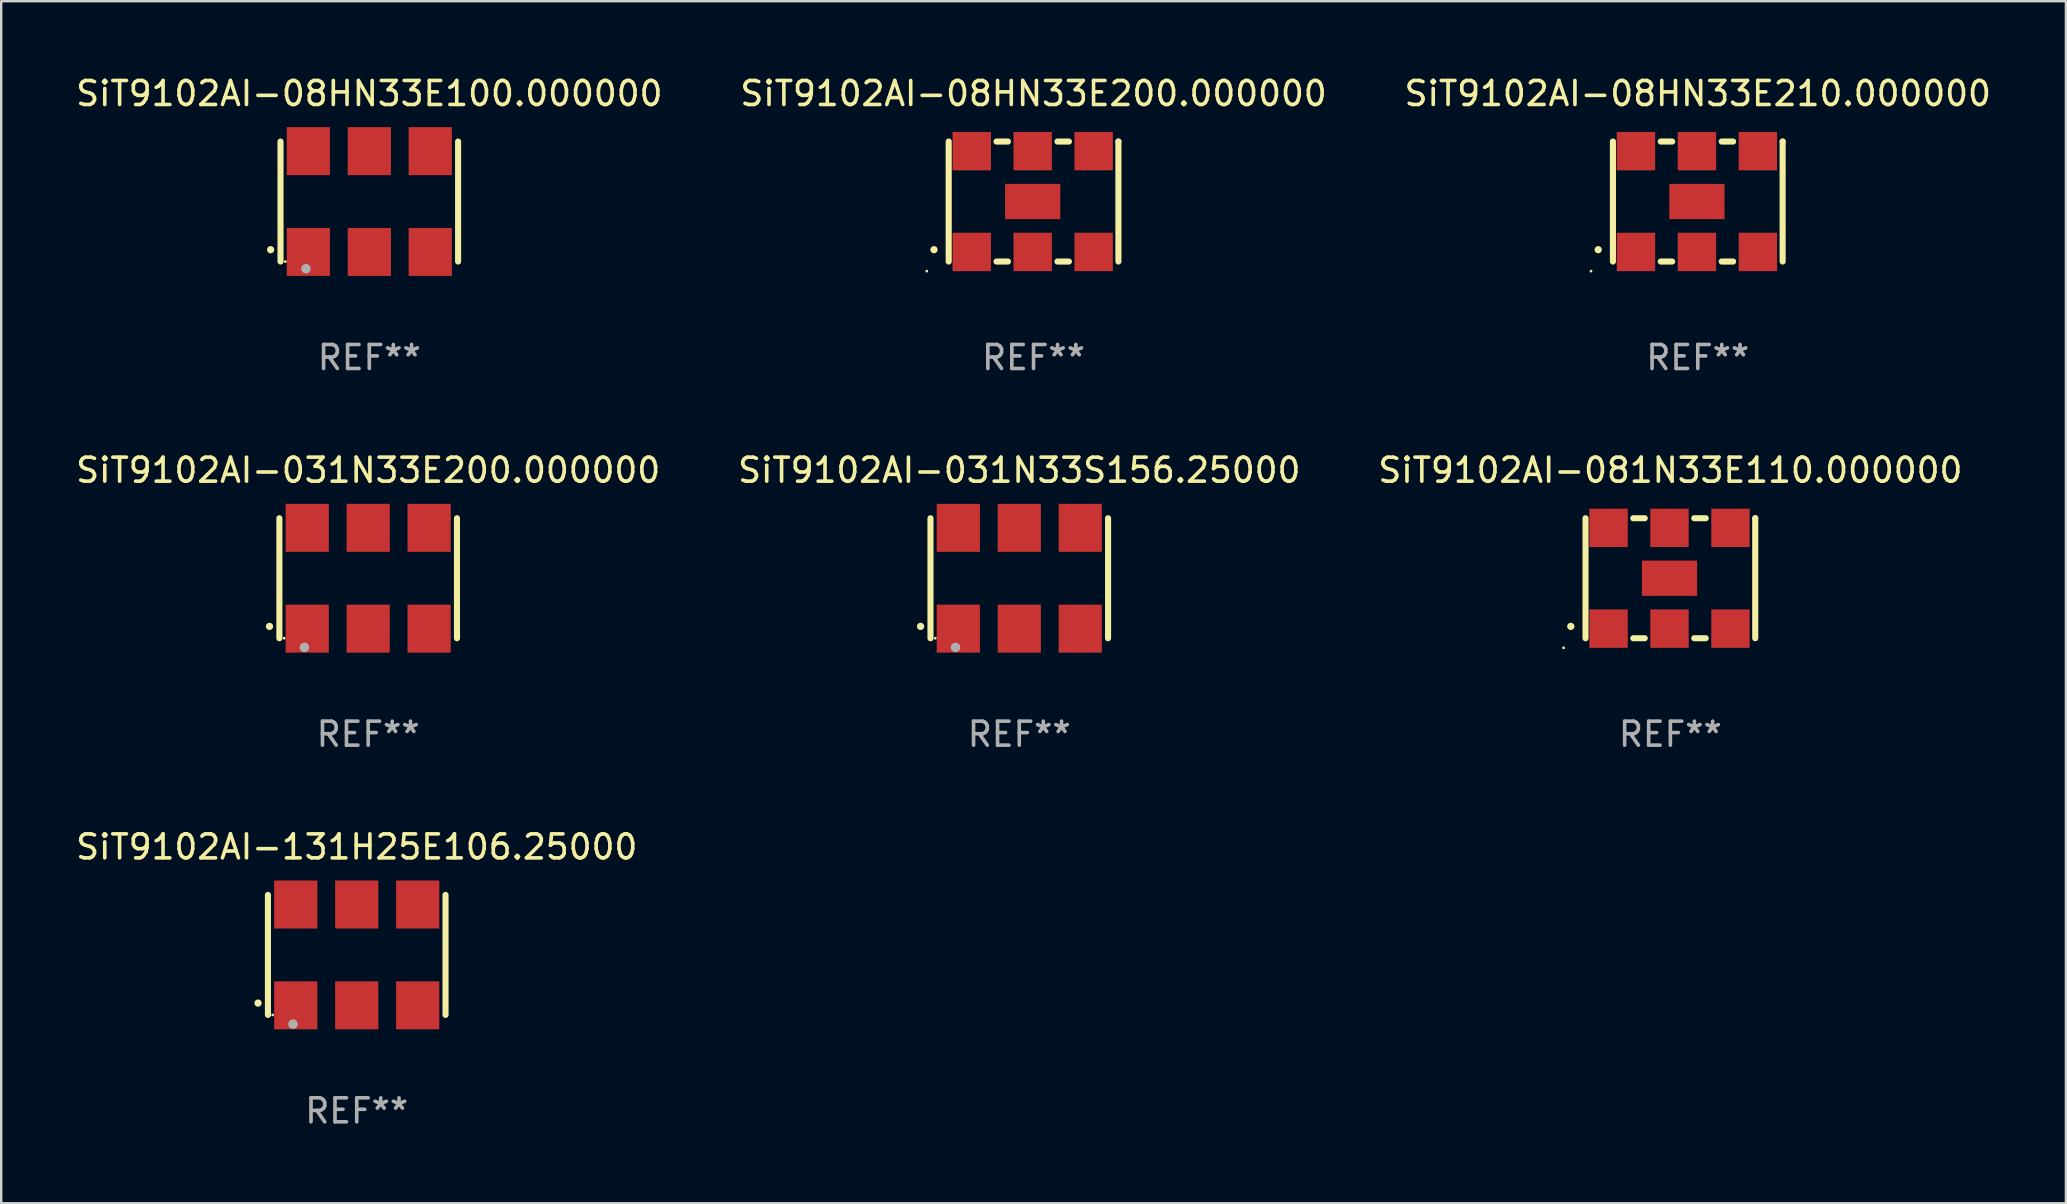
<source format=kicad_pcb>
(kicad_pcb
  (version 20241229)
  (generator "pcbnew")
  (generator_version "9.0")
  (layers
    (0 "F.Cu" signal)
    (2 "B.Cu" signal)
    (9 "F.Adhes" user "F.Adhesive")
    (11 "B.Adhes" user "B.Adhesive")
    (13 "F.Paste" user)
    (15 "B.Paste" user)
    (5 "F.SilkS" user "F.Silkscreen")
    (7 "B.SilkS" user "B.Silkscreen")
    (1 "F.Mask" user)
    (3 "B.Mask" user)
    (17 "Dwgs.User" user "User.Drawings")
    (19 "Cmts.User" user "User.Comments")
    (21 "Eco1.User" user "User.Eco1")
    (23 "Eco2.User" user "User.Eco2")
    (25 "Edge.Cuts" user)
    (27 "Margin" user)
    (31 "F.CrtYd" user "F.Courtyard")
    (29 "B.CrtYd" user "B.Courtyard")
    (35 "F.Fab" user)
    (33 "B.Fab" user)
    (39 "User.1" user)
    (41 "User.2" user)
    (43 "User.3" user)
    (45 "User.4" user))
  (footprint "SiT9102AI-081N33E110.000000"
    (layer "F.Cu")
    (at 66.554 21.045)
    (property "Reference" "SiT9102AI-081N33E110.000000" (at 0 -4.5 0) (layer "F.SilkS") (effects (font (size 1 1) (thickness 0.15))))
    (attr through_hole)
    (fp_line (start -3.536 -2.5) (end -3.536 2.5) (stroke (width 0.254) (type solid)) (layer "F.SilkS"))
    (fp_line (start -1.544 2.5) (end -1.067 2.5) (stroke (width 0.254) (type solid)) (layer "F.SilkS"))
    (fp_line (start -1.067 -2.5) (end -1.544 -2.5) (stroke (width 0.254) (type solid)) (layer "F.SilkS"))
    (fp_line (start 0.996 2.5) (end 1.473 2.5) (stroke (width 0.254) (type solid)) (layer "F.SilkS"))
    (fp_line (start 1.473 -2.5) (end 0.996 -2.5) (stroke (width 0.254) (type solid)) (layer "F.SilkS"))
    (fp_line (start 3.536 -2.5) (end 3.536 -2.5) (stroke (width 0.254) (type solid)) (layer "F.SilkS"))
    (fp_line (start 3.536 2.5) (end 3.536 -2.5) (stroke (width 0.254) (type solid)) (layer "F.SilkS"))
    (fp_arc (start -4.150432 2.006604) (mid -4.149162 2.006599) (end -4.147892 2.006604) (stroke (width 0.3) (type solid)) (layer "F.SilkS"))
    (fp_circle (center -4.449 2.9) (end -4.419 2.9) (stroke (width 0.06) (type solid)) (fill no) (layer "F.SilkS"))
    (fp_text user "REF**" (at 0 6.5 0) (layer "F.Fab") (effects (font (size 1 1) (thickness 0.15))))
    (pad "1" smd rect (at -2.576 2.1) (size 1.6 1.6) (layers "F.Cu" "F.Mask" "F.Paste"))
    (pad "2" smd rect (at -0.036 2.1) (size 1.6 1.6) (layers "F.Cu" "F.Mask" "F.Paste"))
    (pad "3" smd rect (at 2.504 2.1) (size 1.6 1.6) (layers "F.Cu" "F.Mask" "F.Paste"))
    (pad "4" smd rect (at 2.504 -2.1) (size 1.6 1.6) (layers "F.Cu" "F.Mask" "F.Paste"))
    (pad "5" smd rect (at -0.036 -2.1) (size 1.6 1.6) (layers "F.Cu" "F.Mask" "F.Paste"))
    (pad "6" smd rect (at -2.576 -2.1) (size 1.6 1.6) (layers "F.Cu" "F.Mask" "F.Paste"))
    (pad "7" smd rect (at -0.036 0) (size 2.3 1.47) (layers "F.Cu" "F.Mask" "F.Paste")))
  (footprint "SiT9102AI-08HN33E210.000000"
    (layer "F.Cu")
    (at 67.696 5.348)
    (property "Reference" "SiT9102AI-08HN33E210.000000" (at 0 -4.5 0) (layer "F.SilkS") (effects (font (size 1 1) (thickness 0.15))))
    (attr through_hole)
    (fp_line (start -3.536 -2.5) (end -3.536 2.5) (stroke (width 0.254) (type solid)) (layer "F.SilkS"))
    (fp_line (start -1.544 2.5) (end -1.067 2.5) (stroke (width 0.254) (type solid)) (layer "F.SilkS"))
    (fp_line (start -1.067 -2.5) (end -1.544 -2.5) (stroke (width 0.254) (type solid)) (layer "F.SilkS"))
    (fp_line (start 0.996 2.5) (end 1.473 2.5) (stroke (width 0.254) (type solid)) (layer "F.SilkS"))
    (fp_line (start 1.473 -2.5) (end 0.996 -2.5) (stroke (width 0.254) (type solid)) (layer "F.SilkS"))
    (fp_line (start 3.536 -2.5) (end 3.536 -2.5) (stroke (width 0.254) (type solid)) (layer "F.SilkS"))
    (fp_line (start 3.536 2.5) (end 3.536 -2.5) (stroke (width 0.254) (type solid)) (layer "F.SilkS"))
    (fp_arc (start -4.150432 2.006604) (mid -4.149162 2.006599) (end -4.147892 2.006604) (stroke (width 0.3) (type solid)) (layer "F.SilkS"))
    (fp_circle (center -4.449 2.9) (end -4.419 2.9) (stroke (width 0.06) (type solid)) (fill no) (layer "F.SilkS"))
    (fp_text user "REF**" (at 0 6.5 0) (layer "F.Fab") (effects (font (size 1 1) (thickness 0.15))))
    (pad "1" smd rect (at -2.576 2.1) (size 1.6 1.6) (layers "F.Cu" "F.Mask" "F.Paste"))
    (pad "2" smd rect (at -0.036 2.1) (size 1.6 1.6) (layers "F.Cu" "F.Mask" "F.Paste"))
    (pad "3" smd rect (at 2.504 2.1) (size 1.6 1.6) (layers "F.Cu" "F.Mask" "F.Paste"))
    (pad "4" smd rect (at 2.504 -2.1) (size 1.6 1.6) (layers "F.Cu" "F.Mask" "F.Paste"))
    (pad "5" smd rect (at -0.036 -2.1) (size 1.6 1.6) (layers "F.Cu" "F.Mask" "F.Paste"))
    (pad "6" smd rect (at -2.576 -2.1) (size 1.6 1.6) (layers "F.Cu" "F.Mask" "F.Paste"))
    (pad "7" smd rect (at -0.036 0) (size 2.3 1.47) (layers "F.Cu" "F.Mask" "F.Paste")))
  (footprint "SiT9102AI-08HN33E200.000000"
    (layer "F.Cu")
    (at 40.018 5.348)
    (property "Reference" "SiT9102AI-08HN33E200.000000" (at 0 -4.5 0) (layer "F.SilkS") (effects (font (size 1 1) (thickness 0.15))))
    (attr through_hole)
    (fp_line (start -3.536 -2.5) (end -3.536 2.5) (stroke (width 0.254) (type solid)) (layer "F.SilkS"))
    (fp_line (start -1.544 2.5) (end -1.067 2.5) (stroke (width 0.254) (type solid)) (layer "F.SilkS"))
    (fp_line (start -1.067 -2.5) (end -1.544 -2.5) (stroke (width 0.254) (type solid)) (layer "F.SilkS"))
    (fp_line (start 0.996 2.5) (end 1.473 2.5) (stroke (width 0.254) (type solid)) (layer "F.SilkS"))
    (fp_line (start 1.473 -2.5) (end 0.996 -2.5) (stroke (width 0.254) (type solid)) (layer "F.SilkS"))
    (fp_line (start 3.536 -2.5) (end 3.536 -2.5) (stroke (width 0.254) (type solid)) (layer "F.SilkS"))
    (fp_line (start 3.536 2.5) (end 3.536 -2.5) (stroke (width 0.254) (type solid)) (layer "F.SilkS"))
    (fp_arc (start -4.150432 2.006604) (mid -4.149162 2.006599) (end -4.147892 2.006604) (stroke (width 0.3) (type solid)) (layer "F.SilkS"))
    (fp_circle (center -4.449 2.9) (end -4.419 2.9) (stroke (width 0.06) (type solid)) (fill no) (layer "F.SilkS"))
    (fp_text user "REF**" (at 0 6.5 0) (layer "F.Fab") (effects (font (size 1 1) (thickness 0.15))))
    (pad "1" smd rect (at -2.576 2.1) (size 1.6 1.6) (layers "F.Cu" "F.Mask" "F.Paste"))
    (pad "2" smd rect (at -0.036 2.1) (size 1.6 1.6) (layers "F.Cu" "F.Mask" "F.Paste"))
    (pad "3" smd rect (at 2.504 2.1) (size 1.6 1.6) (layers "F.Cu" "F.Mask" "F.Paste"))
    (pad "4" smd rect (at 2.504 -2.1) (size 1.6 1.6) (layers "F.Cu" "F.Mask" "F.Paste"))
    (pad "5" smd rect (at -0.036 -2.1) (size 1.6 1.6) (layers "F.Cu" "F.Mask" "F.Paste"))
    (pad "6" smd rect (at -2.576 -2.1) (size 1.6 1.6) (layers "F.Cu" "F.Mask" "F.Paste"))
    (pad "7" smd rect (at -0.036 0) (size 2.3 1.47) (layers "F.Cu" "F.Mask" "F.Paste")))
  (footprint "SiT9102AI-031N33E200.000000"
    (layer "F.Cu")
    (at 12.292 21.045)
    (property "Reference" "SiT9102AI-031N33E200.000000" (at 0 -4.5 0) (layer "F.SilkS") (effects (font (size 1 1) (thickness 0.15))))
    (attr through_hole)
    (fp_line (start -3.7 -2.5) (end -3.7 2.5) (stroke (width 0.254) (type solid)) (layer "F.SilkS"))
    (fp_line (start 3.7 -2.5) (end 3.7 2.5) (stroke (width 0.254) (type solid)) (layer "F.SilkS"))
    (fp_arc (start -4.114415 2.006604) (mid -4.113145 2.006599) (end -4.111875 2.006604) (stroke (width 0.3) (type solid)) (layer "F.SilkS"))
    (fp_circle (center -3.502 2.5) (end -3.472 2.5) (stroke (width 0.06) (type solid)) (fill no) (layer "F.SilkS"))
    (fp_circle (center -2.657 2.882) (end -2.557 2.882) (stroke (width 0.2) (type solid)) (fill no) (layer "F.Fab"))
    (fp_text user "REF**" (at 0 6.5 0) (layer "F.Fab") (effects (font (size 1 1) (thickness 0.15))))
    (pad "1" smd rect (at -2.54 2.1) (size 1.8 2) (layers "F.Cu" "F.Mask" "F.Paste"))
    (pad "2" smd rect (at 0.000394 2.1) (size 1.8 2) (layers "F.Cu" "F.Mask" "F.Paste"))
    (pad "3" smd rect (at 2.54 2.1) (size 1.8 2) (layers "F.Cu" "F.Mask" "F.Paste"))
    (pad "4" smd rect (at 2.54 -2.1) (size 1.8 2) (layers "F.Cu" "F.Mask" "F.Paste"))
    (pad "5" smd rect (at 0.000394 -2.1) (size 1.8 2) (layers "F.Cu" "F.Mask" "F.Paste"))
    (pad "6" smd rect (at -2.54 -2.1) (size 1.8 2) (layers "F.Cu" "F.Mask" "F.Paste")))
  (footprint "SiT9102AI-131H25E106.25000"
    (layer "F.Cu")
    (at 11.815 36.741)
    (property "Reference" "SiT9102AI-131H25E106.25000" (at 0 -4.5 0) (layer "F.SilkS") (effects (font (size 1 1) (thickness 0.15))))
    (attr through_hole)
    (fp_line (start -3.7 -2.5) (end -3.7 2.5) (stroke (width 0.254) (type solid)) (layer "F.SilkS"))
    (fp_line (start 3.7 -2.5) (end 3.7 2.5) (stroke (width 0.254) (type solid)) (layer "F.SilkS"))
    (fp_arc (start -4.114415 2.006604) (mid -4.113145 2.006599) (end -4.111875 2.006604) (stroke (width 0.3) (type solid)) (layer "F.SilkS"))
    (fp_circle (center -3.502 2.5) (end -3.472 2.5) (stroke (width 0.06) (type solid)) (fill no) (layer "F.SilkS"))
    (fp_circle (center -2.657 2.882) (end -2.557 2.882) (stroke (width 0.2) (type solid)) (fill no) (layer "F.Fab"))
    (fp_text user "REF**" (at 0 6.5 0) (layer "F.Fab") (effects (font (size 1 1) (thickness 0.15))))
    (pad "1" smd rect (at -2.54 2.1) (size 1.8 2) (layers "F.Cu" "F.Mask" "F.Paste"))
    (pad "2" smd rect (at 0.000394 2.1) (size 1.8 2) (layers "F.Cu" "F.Mask" "F.Paste"))
    (pad "3" smd rect (at 2.54 2.1) (size 1.8 2) (layers "F.Cu" "F.Mask" "F.Paste"))
    (pad "4" smd rect (at 2.54 -2.1) (size 1.8 2) (layers "F.Cu" "F.Mask" "F.Paste"))
    (pad "5" smd rect (at 0.000394 -2.1) (size 1.8 2) (layers "F.Cu" "F.Mask" "F.Paste"))
    (pad "6" smd rect (at -2.54 -2.1) (size 1.8 2) (layers "F.Cu" "F.Mask" "F.Paste")))
  (footprint "SiT9102AI-031N33S156.25000"
    (layer "F.Cu")
    (at 39.423 21.045)
    (property "Reference" "SiT9102AI-031N33S156.25000" (at 0 -4.5 0) (layer "F.SilkS") (effects (font (size 1 1) (thickness 0.15))))
    (attr through_hole)
    (fp_line (start -3.7 -2.5) (end -3.7 2.5) (stroke (width 0.254) (type solid)) (layer "F.SilkS"))
    (fp_line (start 3.7 -2.5) (end 3.7 2.5) (stroke (width 0.254) (type solid)) (layer "F.SilkS"))
    (fp_arc (start -4.114415 2.006604) (mid -4.113145 2.006599) (end -4.111875 2.006604) (stroke (width 0.3) (type solid)) (layer "F.SilkS"))
    (fp_circle (center -3.502 2.5) (end -3.472 2.5) (stroke (width 0.06) (type solid)) (fill no) (layer "F.SilkS"))
    (fp_circle (center -2.657 2.882) (end -2.557 2.882) (stroke (width 0.2) (type solid)) (fill no) (layer "F.Fab"))
    (fp_text user "REF**" (at 0 6.5 0) (layer "F.Fab") (effects (font (size 1 1) (thickness 0.15))))
    (pad "1" smd rect (at -2.54 2.1) (size 1.8 2) (layers "F.Cu" "F.Mask" "F.Paste"))
    (pad "2" smd rect (at 0.000394 2.1) (size 1.8 2) (layers "F.Cu" "F.Mask" "F.Paste"))
    (pad "3" smd rect (at 2.54 2.1) (size 1.8 2) (layers "F.Cu" "F.Mask" "F.Paste"))
    (pad "4" smd rect (at 2.54 -2.1) (size 1.8 2) (layers "F.Cu" "F.Mask" "F.Paste"))
    (pad "5" smd rect (at 0.000394 -2.1) (size 1.8 2) (layers "F.Cu" "F.Mask" "F.Paste"))
    (pad "6" smd rect (at -2.54 -2.1) (size 1.8 2) (layers "F.Cu" "F.Mask" "F.Paste")))
  (footprint "SiT9102AI-08HN33E100.000000"
    (layer "F.Cu")
    (at 12.339 5.348)
    (property "Reference" "SiT9102AI-08HN33E100.000000" (at 0 -4.5 0) (layer "F.SilkS") (effects (font (size 1 1) (thickness 0.15))))
    (attr through_hole)
    (fp_line (start -3.7 -2.5) (end -3.7 2.5) (stroke (width 0.254) (type solid)) (layer "F.SilkS"))
    (fp_line (start 3.7 -2.5) (end 3.7 2.5) (stroke (width 0.254) (type solid)) (layer "F.SilkS"))
    (fp_arc (start -4.114415 2.006604) (mid -4.113145 2.006599) (end -4.111875 2.006604) (stroke (width 0.3) (type solid)) (layer "F.SilkS"))
    (fp_circle (center -3.5 2.501) (end -3.47 2.501) (stroke (width 0.06) (type solid)) (fill no) (layer "F.SilkS"))
    (fp_circle (center -2.641 2.799) (end -2.541 2.799) (stroke (width 0.2) (type solid)) (fill no) (layer "F.Fab"))
    (fp_text user "REF**" (at 0 6.5 0) (layer "F.Fab") (effects (font (size 1 1) (thickness 0.15))))
    (pad "1" smd rect (at -2.54 2.1) (size 1.8 2) (layers "F.Cu" "F.Mask" "F.Paste"))
    (pad "2" smd rect (at 0.000394 2.1) (size 1.8 2) (layers "F.Cu" "F.Mask" "F.Paste"))
    (pad "3" smd rect (at 2.54 2.1) (size 1.8 2) (layers "F.Cu" "F.Mask" "F.Paste"))
    (pad "4" smd rect (at 2.54 -2.1) (size 1.8 2) (layers "F.Cu" "F.Mask" "F.Paste"))
    (pad "5" smd rect (at 0.000394 -2.1) (size 1.8 2) (layers "F.Cu" "F.Mask" "F.Paste"))
    (pad "6" smd rect (at -2.54 -2.1) (size 1.8 2) (layers "F.Cu" "F.Mask" "F.Paste")))
  (gr_rect
    (start -3 -3)
    (end 83.036 47.09)
    (stroke (width 0.1) (type default))
    (fill no)
    (layer "Edge.Cuts")))
</source>
